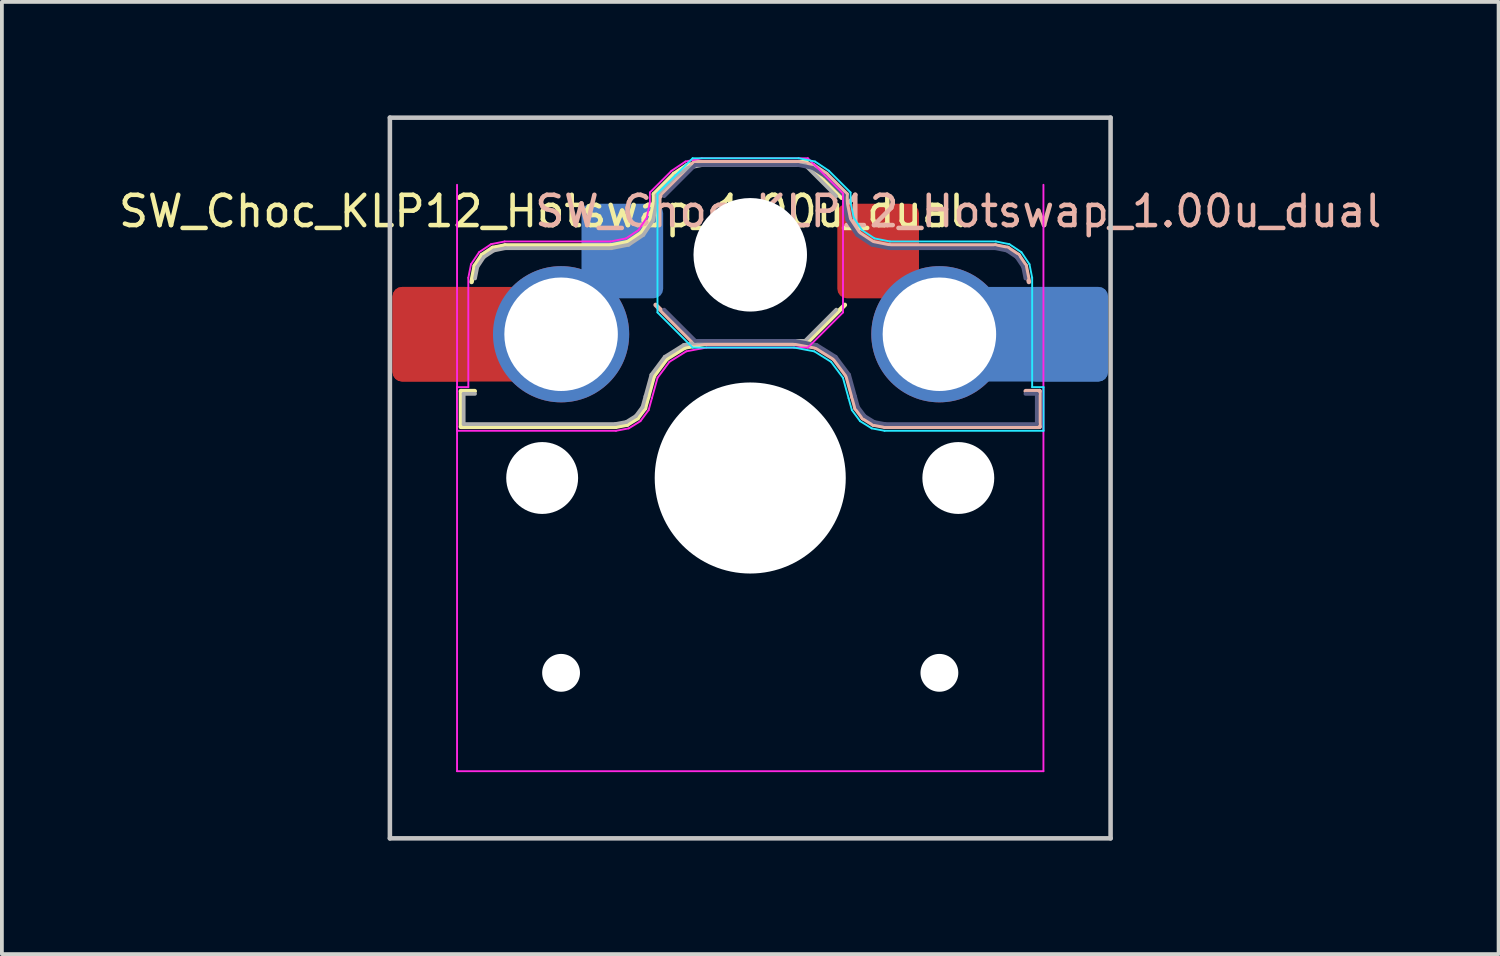
<source format=kicad_pcb>
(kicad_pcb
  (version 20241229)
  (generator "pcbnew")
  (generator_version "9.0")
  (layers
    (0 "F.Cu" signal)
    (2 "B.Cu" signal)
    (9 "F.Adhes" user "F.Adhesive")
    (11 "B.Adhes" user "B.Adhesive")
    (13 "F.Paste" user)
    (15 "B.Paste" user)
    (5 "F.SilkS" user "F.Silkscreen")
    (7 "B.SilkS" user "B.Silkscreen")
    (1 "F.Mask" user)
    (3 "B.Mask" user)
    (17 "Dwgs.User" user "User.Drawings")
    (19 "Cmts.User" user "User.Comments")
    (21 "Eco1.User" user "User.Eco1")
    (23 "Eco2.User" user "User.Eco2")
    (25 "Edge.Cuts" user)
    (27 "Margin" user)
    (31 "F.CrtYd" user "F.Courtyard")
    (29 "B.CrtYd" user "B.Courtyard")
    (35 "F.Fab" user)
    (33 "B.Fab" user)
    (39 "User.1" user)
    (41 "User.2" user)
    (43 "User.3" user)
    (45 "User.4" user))
  (footprint "SW_Choc_KLP12_Hotswap_1.00u_dual"
    (layer "F.Cu")
    (at 16.781 9.585)
    (property "Reference" "SW_Choc_KLP12_Hotswap_1.00u_dual" (at 5.5 -7.05 180) (layer "B.SilkS") (effects (font (size 0.8 0.8) (thickness 0.12))))
    (attr smd)
    (fp_line (start -7.646 -2.296) (end -7.646 -1.354) (stroke (width 0.12) (type solid)) (layer "F.SilkS"))
    (fp_line (start -7.646 -1.354) (end -3.56 -1.354) (stroke (width 0.12) (type solid)) (layer "F.SilkS"))
    (fp_line (start -7.283 -2.296) (end -7.646 -2.296) (stroke (width 0.12) (type solid)) (layer "F.SilkS"))
    (fp_line (start -7.281 -5.609) (end -7.366 -5.182) (stroke (width 0.12) (type solid)) (layer "F.SilkS"))
    (fp_line (start -7.092 -5.892) (end -7.281 -5.609) (stroke (width 0.12) (type solid)) (layer "F.SilkS"))
    (fp_line (start -6.809 -6.081) (end -7.092 -5.892) (stroke (width 0.12) (type solid)) (layer "F.SilkS"))
    (fp_line (start -6.482 -6.146) (end -6.809 -6.081) (stroke (width 0.12) (type solid)) (layer "F.SilkS"))
    (fp_line (start -3.682 -6.146) (end -6.482 -6.146) (stroke (width 0.12) (type solid)) (layer "F.SilkS"))
    (fp_line (start -3.56 -1.354) (end -3.25 -1.413) (stroke (width 0.12) (type solid)) (layer "F.SilkS"))
    (fp_line (start -3.25 -1.413) (end -2.976 -1.583) (stroke (width 0.12) (type solid)) (layer "F.SilkS"))
    (fp_line (start -3.244 -6.233) (end -3.682 -6.146) (stroke (width 0.12) (type solid)) (layer "F.SilkS"))
    (fp_line (start -2.976 -1.583) (end -2.783 -1.841) (stroke (width 0.12) (type solid)) (layer "F.SilkS"))
    (fp_line (start -2.877 -6.477) (end -3.244 -6.233) (stroke (width 0.12) (type solid)) (layer "F.SilkS"))
    (fp_line (start -2.783 -1.841) (end -2.701 -2.139) (stroke (width 0.12) (type solid)) (layer "F.SilkS"))
    (fp_line (start -2.701 -2.139) (end -2.547 -2.697) (stroke (width 0.12) (type solid)) (layer "F.SilkS"))
    (fp_line (start -2.633 -6.844) (end -2.877 -6.477) (stroke (width 0.12) (type solid)) (layer "F.SilkS"))
    (fp_line (start -2.547 -2.697) (end -2.209 -3.15) (stroke (width 0.12) (type solid)) (layer "F.SilkS"))
    (fp_line (start -2.546 -7.504) (end -2.546 -7.282) (stroke (width 0.12) (type solid)) (layer "F.SilkS"))
    (fp_line (start -2.546 -7.282) (end -2.633 -6.844) (stroke (width 0.12) (type solid)) (layer "F.SilkS"))
    (fp_line (start -2.209 -3.15) (end -1.73 -3.449) (stroke (width 0.12) (type solid)) (layer "F.SilkS"))
    (fp_line (start -2.013 -8.037) (end -2.546 -7.504) (stroke (width 0.12) (type solid)) (layer "F.SilkS"))
    (fp_line (start -1.73 -3.449) (end -1.168 -3.554) (stroke (width 0.12) (type solid)) (layer "F.SilkS"))
    (fp_line (start -1.671 -8.266) (end -2.013 -8.037) (stroke (width 0.12) (type solid)) (layer "F.SilkS"))
    (fp_line (start -1.268 -8.346) (end -1.671 -8.266) (stroke (width 0.12) (type solid)) (layer "F.SilkS"))
    (fp_line (start -1.168 -3.554) (end 1.479 -3.554) (stroke (width 0.12) (type solid)) (layer "F.SilkS"))
    (fp_line (start 1.479 -8.346) (end -1.268 -8.346) (stroke (width 0.12) (type solid)) (layer "F.SilkS"))
    (fp_line (start 1.479 -3.554) (end 2.5 -4.575) (stroke (width 0.12) (type solid)) (layer "F.SilkS"))
    (fp_line (start 2.416 -7.409) (end 1.479 -8.346) (stroke (width 0.12) (type solid)) (layer "F.SilkS"))
    (fp_line (start -2.416 -7.409) (end -1.479 -8.346) (stroke (width 0.12) (type solid)) (layer "B.SilkS"))
    (fp_line (start -1.479 -8.346) (end 1.268 -8.346) (stroke (width 0.12) (type solid)) (layer "B.SilkS"))
    (fp_line (start -1.479 -3.554) (end -2.5 -4.575) (stroke (width 0.12) (type solid)) (layer "B.SilkS"))
    (fp_line (start 1.168 -3.554) (end -1.479 -3.554) (stroke (width 0.12) (type solid)) (layer "B.SilkS"))
    (fp_line (start 1.268 -8.346) (end 1.671 -8.266) (stroke (width 0.12) (type solid)) (layer "B.SilkS"))
    (fp_line (start 1.671 -8.266) (end 2.013 -8.037) (stroke (width 0.12) (type solid)) (layer "B.SilkS"))
    (fp_line (start 1.73 -3.449) (end 1.168 -3.554) (stroke (width 0.12) (type solid)) (layer "B.SilkS"))
    (fp_line (start 2.013 -8.037) (end 2.546 -7.504) (stroke (width 0.12) (type solid)) (layer "B.SilkS"))
    (fp_line (start 2.209 -3.15) (end 1.73 -3.449) (stroke (width 0.12) (type solid)) (layer "B.SilkS"))
    (fp_line (start 2.546 -7.504) (end 2.546 -7.282) (stroke (width 0.12) (type solid)) (layer "B.SilkS"))
    (fp_line (start 2.546 -7.282) (end 2.633 -6.844) (stroke (width 0.12) (type solid)) (layer "B.SilkS"))
    (fp_line (start 2.547 -2.697) (end 2.209 -3.15) (stroke (width 0.12) (type solid)) (layer "B.SilkS"))
    (fp_line (start 2.633 -6.844) (end 2.877 -6.477) (stroke (width 0.12) (type solid)) (layer "B.SilkS"))
    (fp_line (start 2.701 -2.139) (end 2.547 -2.697) (stroke (width 0.12) (type solid)) (layer "B.SilkS"))
    (fp_line (start 2.783 -1.841) (end 2.701 -2.139) (stroke (width 0.12) (type solid)) (layer "B.SilkS"))
    (fp_line (start 2.877 -6.477) (end 3.244 -6.233) (stroke (width 0.12) (type solid)) (layer "B.SilkS"))
    (fp_line (start 2.976 -1.583) (end 2.783 -1.841) (stroke (width 0.12) (type solid)) (layer "B.SilkS"))
    (fp_line (start 3.244 -6.233) (end 3.682 -6.146) (stroke (width 0.12) (type solid)) (layer "B.SilkS"))
    (fp_line (start 3.25 -1.413) (end 2.976 -1.583) (stroke (width 0.12) (type solid)) (layer "B.SilkS"))
    (fp_line (start 3.56 -1.354) (end 3.25 -1.413) (stroke (width 0.12) (type solid)) (layer "B.SilkS"))
    (fp_line (start 3.682 -6.146) (end 6.482 -6.146) (stroke (width 0.12) (type solid)) (layer "B.SilkS"))
    (fp_line (start 6.482 -6.146) (end 6.809 -6.081) (stroke (width 0.12) (type solid)) (layer "B.SilkS"))
    (fp_line (start 6.809 -6.081) (end 7.092 -5.892) (stroke (width 0.12) (type solid)) (layer "B.SilkS"))
    (fp_line (start 7.092 -5.892) (end 7.281 -5.609) (stroke (width 0.12) (type solid)) (layer "B.SilkS"))
    (fp_line (start 7.281 -5.609) (end 7.366 -5.182) (stroke (width 0.12) (type solid)) (layer "B.SilkS"))
    (fp_line (start 7.283 -2.296) (end 7.646 -2.296) (stroke (width 0.12) (type solid)) (layer "B.SilkS"))
    (fp_line (start 7.646 -2.296) (end 7.646 -1.354) (stroke (width 0.12) (type solid)) (layer "B.SilkS"))
    (fp_line (start 7.646 -1.354) (end 3.56 -1.354) (stroke (width 0.12) (type solid)) (layer "B.SilkS"))
    (fp_line (start -9.525 -9.525) (end -9.525 9.525) (stroke (width 0.12) (type default)) (layer "Dwgs.User"))
    (fp_line (start -9.525 -9.525) (end 9.525 -9.525) (stroke (width 0.12) (type default)) (layer "Dwgs.User"))
    (fp_line (start 9.525 -9.525) (end 9.525 9.525) (stroke (width 0.12) (type default)) (layer "Dwgs.User"))
    (fp_line (start 9.525 9.525) (end -9.525 9.525) (stroke (width 0.12) (type default)) (layer "Dwgs.User"))
    (fp_line (start -2.452 -7.523) (end -1.523 -8.452) (stroke (width 0.05) (type solid)) (layer "B.CrtYd"))
    (fp_line (start -2.452 -4.377) (end -2.452 -7.523) (stroke (width 0.05) (type solid)) (layer "B.CrtYd"))
    (fp_line (start -1.523 -8.452) (end 1.278 -8.452) (stroke (width 0.05) (type solid)) (layer "B.CrtYd"))
    (fp_line (start -1.523 -3.448) (end -2.452 -4.377) (stroke (width 0.05) (type solid)) (layer "B.CrtYd"))
    (fp_line (start 1.159 -3.448) (end -1.523 -3.448) (stroke (width 0.05) (type solid)) (layer "B.CrtYd"))
    (fp_line (start 1.278 -8.452) (end 1.712 -8.366) (stroke (width 0.05) (type solid)) (layer "B.CrtYd"))
    (fp_line (start 1.691 -3.348) (end 1.159 -3.448) (stroke (width 0.05) (type solid)) (layer "B.CrtYd"))
    (fp_line (start 1.712 -8.366) (end 2.081 -8.119) (stroke (width 0.05) (type solid)) (layer "B.CrtYd"))
    (fp_line (start 2.081 -8.119) (end 2.652 -7.548) (stroke (width 0.05) (type solid)) (layer "B.CrtYd"))
    (fp_line (start 2.136 -3.071) (end 1.691 -3.348) (stroke (width 0.05) (type solid)) (layer "B.CrtYd"))
    (fp_line (start 2.45 -2.65) (end 2.136 -3.071) (stroke (width 0.05) (type solid)) (layer "B.CrtYd"))
    (fp_line (start 2.599 -2.111) (end 2.45 -2.65) (stroke (width 0.05) (type solid)) (layer "B.CrtYd"))
    (fp_line (start 2.652 -7.548) (end 2.652 -7.292) (stroke (width 0.05) (type solid)) (layer "B.CrtYd"))
    (fp_line (start 2.652 -7.292) (end 2.733 -6.885) (stroke (width 0.05) (type solid)) (layer "B.CrtYd"))
    (fp_line (start 2.687 -1.794) (end 2.599 -2.111) (stroke (width 0.05) (type solid)) (layer "B.CrtYd"))
    (fp_line (start 2.733 -6.885) (end 2.953 -6.553) (stroke (width 0.05) (type solid)) (layer "B.CrtYd"))
    (fp_line (start 2.903 -1.503) (end 2.687 -1.794) (stroke (width 0.05) (type solid)) (layer "B.CrtYd"))
    (fp_line (start 2.953 -6.553) (end 3.285 -6.333) (stroke (width 0.05) (type solid)) (layer "B.CrtYd"))
    (fp_line (start 3.211 -1.312) (end 2.903 -1.503) (stroke (width 0.05) (type solid)) (layer "B.CrtYd"))
    (fp_line (start 3.285 -6.333) (end 3.692 -6.252) (stroke (width 0.05) (type solid)) (layer "B.CrtYd"))
    (fp_line (start 3.55 -1.248) (end 3.211 -1.312) (stroke (width 0.05) (type solid)) (layer "B.CrtYd"))
    (fp_line (start 3.692 -6.252) (end 6.492 -6.252) (stroke (width 0.05) (type solid)) (layer "B.CrtYd"))
    (fp_line (start 6.492 -6.252) (end 6.85 -6.181) (stroke (width 0.05) (type solid)) (layer "B.CrtYd"))
    (fp_line (start 6.85 -6.181) (end 7.168 -5.968) (stroke (width 0.05) (type solid)) (layer "B.CrtYd"))
    (fp_line (start 7.168 -5.968) (end 7.381 -5.65) (stroke (width 0.05) (type solid)) (layer "B.CrtYd"))
    (fp_line (start 7.381 -5.65) (end 7.452 -5.292) (stroke (width 0.05) (type solid)) (layer "B.CrtYd"))
    (fp_line (start 7.452 -5.292) (end 7.452 -2.402) (stroke (width 0.05) (type solid)) (layer "B.CrtYd"))
    (fp_line (start 7.452 -2.402) (end 7.752 -2.402) (stroke (width 0.05) (type solid)) (layer "B.CrtYd"))
    (fp_line (start 7.752 -2.402) (end 7.752 -1.248) (stroke (width 0.05) (type solid)) (layer "B.CrtYd"))
    (fp_line (start 7.752 -1.248) (end 3.55 -1.248) (stroke (width 0.05) (type solid)) (layer "B.CrtYd"))
    (fp_line (start -7.752 -2.402) (end -7.752 -1.248) (stroke (width 0.05) (type solid)) (layer "F.CrtYd"))
    (fp_line (start -7.752 -1.248) (end -3.55 -1.248) (stroke (width 0.05) (type solid)) (layer "F.CrtYd"))
    (fp_line (start -7.75 7.75) (end -7.75 -7.75) (stroke (width 0.05) (type solid)) (layer "F.CrtYd"))
    (fp_line (start -7.452 -5.292) (end -7.452 -2.402) (stroke (width 0.05) (type solid)) (layer "F.CrtYd"))
    (fp_line (start -7.452 -2.402) (end -7.752 -2.402) (stroke (width 0.05) (type solid)) (layer "F.CrtYd"))
    (fp_line (start -7.381 -5.65) (end -7.452 -5.292) (stroke (width 0.05) (type solid)) (layer "F.CrtYd"))
    (fp_line (start -7.168 -5.968) (end -7.381 -5.65) (stroke (width 0.05) (type solid)) (layer "F.CrtYd"))
    (fp_line (start -6.85 -6.181) (end -7.168 -5.968) (stroke (width 0.05) (type solid)) (layer "F.CrtYd"))
    (fp_line (start -6.492 -6.252) (end -6.85 -6.181) (stroke (width 0.05) (type solid)) (layer "F.CrtYd"))
    (fp_line (start -3.692 -6.252) (end -6.492 -6.252) (stroke (width 0.05) (type solid)) (layer "F.CrtYd"))
    (fp_line (start -3.55 -1.248) (end -3.211 -1.312) (stroke (width 0.05) (type solid)) (layer "F.CrtYd"))
    (fp_line (start -3.285 -6.333) (end -3.692 -6.252) (stroke (width 0.05) (type solid)) (layer "F.CrtYd"))
    (fp_line (start -3.211 -1.312) (end -2.903 -1.503) (stroke (width 0.05) (type solid)) (layer "F.CrtYd"))
    (fp_line (start -2.953 -6.553) (end -3.285 -6.333) (stroke (width 0.05) (type solid)) (layer "F.CrtYd"))
    (fp_line (start -2.903 -1.503) (end -2.687 -1.794) (stroke (width 0.05) (type solid)) (layer "F.CrtYd"))
    (fp_line (start -2.733 -6.885) (end -2.953 -6.553) (stroke (width 0.05) (type solid)) (layer "F.CrtYd"))
    (fp_line (start -2.687 -1.794) (end -2.599 -2.111) (stroke (width 0.05) (type solid)) (layer "F.CrtYd"))
    (fp_line (start -2.652 -7.548) (end -2.652 -7.292) (stroke (width 0.05) (type solid)) (layer "F.CrtYd"))
    (fp_line (start -2.652 -7.292) (end -2.733 -6.885) (stroke (width 0.05) (type solid)) (layer "F.CrtYd"))
    (fp_line (start -2.599 -2.111) (end -2.45 -2.65) (stroke (width 0.05) (type solid)) (layer "F.CrtYd"))
    (fp_line (start -2.45 -2.65) (end -2.136 -3.071) (stroke (width 0.05) (type solid)) (layer "F.CrtYd"))
    (fp_line (start -2.136 -3.071) (end -1.691 -3.348) (stroke (width 0.05) (type solid)) (layer "F.CrtYd"))
    (fp_line (start -2.081 -8.119) (end -2.652 -7.548) (stroke (width 0.05) (type solid)) (layer "F.CrtYd"))
    (fp_line (start -1.712 -8.366) (end -2.081 -8.119) (stroke (width 0.05) (type solid)) (layer "F.CrtYd"))
    (fp_line (start -1.691 -3.348) (end -1.159 -3.448) (stroke (width 0.05) (type solid)) (layer "F.CrtYd"))
    (fp_line (start -1.278 -8.452) (end -1.712 -8.366) (stroke (width 0.05) (type solid)) (layer "F.CrtYd"))
    (fp_line (start -1.159 -3.448) (end 1.523 -3.448) (stroke (width 0.05) (type solid)) (layer "F.CrtYd"))
    (fp_line (start 1.523 -8.452) (end -1.278 -8.452) (stroke (width 0.05) (type solid)) (layer "F.CrtYd"))
    (fp_line (start 1.523 -3.448) (end 2.452 -4.377) (stroke (width 0.05) (type solid)) (layer "F.CrtYd"))
    (fp_line (start 2.452 -7.523) (end 1.523 -8.452) (stroke (width 0.05) (type solid)) (layer "F.CrtYd"))
    (fp_line (start 2.452 -4.377) (end 2.452 -7.523) (stroke (width 0.05) (type solid)) (layer "F.CrtYd"))
    (fp_line (start 7.75 -7.75) (end 7.75 7.75) (stroke (width 0.05) (type solid)) (layer "F.CrtYd"))
    (fp_line (start 7.75 7.75) (end -7.75 7.75) (stroke (width 0.05) (type solid)) (layer "F.CrtYd"))
    (fp_line (start -2.275 -7.45) (end -1.45 -8.275) (stroke (width 0.1) (type solid)) (layer "B.Fab"))
    (fp_line (start -1.45 -8.275) (end 1.261 -8.275) (stroke (width 0.1) (type solid)) (layer "B.Fab"))
    (fp_line (start -1.45 -3.625) (end -2.275 -4.45) (stroke (width 0.1) (type solid)) (layer "B.Fab"))
    (fp_line (start 1.175 -3.625) (end -1.45 -3.625) (stroke (width 0.1) (type solid)) (layer "B.Fab"))
    (fp_line (start 1.261 -8.275) (end 1.643 -8.199) (stroke (width 0.1) (type solid)) (layer "B.Fab"))
    (fp_line (start 1.643 -8.199) (end 1.968 -7.982) (stroke (width 0.1) (type solid)) (layer "B.Fab"))
    (fp_line (start 1.756 -3.516) (end 1.175 -3.625) (stroke (width 0.1) (type solid)) (layer "B.Fab"))
    (fp_line (start 1.968 -7.982) (end 2.475 -7.475) (stroke (width 0.1) (type solid)) (layer "B.Fab"))
    (fp_line (start 2.258 -3.203) (end 1.756 -3.516) (stroke (width 0.1) (type solid)) (layer "B.Fab"))
    (fp_line (start 2.475 -7.475) (end 2.475 -7.275) (stroke (width 0.1) (type solid)) (layer "B.Fab"))
    (fp_line (start 2.475 -7.275) (end 2.566 -6.816) (stroke (width 0.1) (type solid)) (layer "B.Fab"))
    (fp_line (start 2.566 -6.816) (end 2.826 -6.426) (stroke (width 0.1) (type solid)) (layer "B.Fab"))
    (fp_line (start 2.612 -2.729) (end 2.258 -3.203) (stroke (width 0.1) (type solid)) (layer "B.Fab"))
    (fp_line (start 2.769 -2.158) (end 2.612 -2.729) (stroke (width 0.1) (type solid)) (layer "B.Fab"))
    (fp_line (start 2.826 -6.426) (end 3.216 -6.166) (stroke (width 0.1) (type solid)) (layer "B.Fab"))
    (fp_line (start 2.848 -1.873) (end 2.769 -2.158) (stroke (width 0.1) (type solid)) (layer "B.Fab"))
    (fp_line (start 3.025 -1.636) (end 2.848 -1.873) (stroke (width 0.1) (type solid)) (layer "B.Fab"))
    (fp_line (start 3.216 -6.166) (end 3.675 -6.075) (stroke (width 0.1) (type solid)) (layer "B.Fab"))
    (fp_line (start 3.276 -1.48) (end 3.025 -1.636) (stroke (width 0.1) (type solid)) (layer "B.Fab"))
    (fp_line (start 3.567 -1.425) (end 3.276 -1.48) (stroke (width 0.1) (type solid)) (layer "B.Fab"))
    (fp_line (start 3.675 -6.075) (end 6.475 -6.075) (stroke (width 0.1) (type solid)) (layer "B.Fab"))
    (fp_line (start 6.475 -6.075) (end 6.781 -6.014) (stroke (width 0.1) (type solid)) (layer "B.Fab"))
    (fp_line (start 6.781 -6.014) (end 7.041 -5.841) (stroke (width 0.1) (type solid)) (layer "B.Fab"))
    (fp_line (start 7.041 -5.841) (end 7.214 -5.581) (stroke (width 0.1) (type solid)) (layer "B.Fab"))
    (fp_line (start 7.214 -5.581) (end 7.275 -5.275) (stroke (width 0.1) (type solid)) (layer "B.Fab"))
    (fp_line (start 7.275 -2.225) (end 7.575 -2.225) (stroke (width 0.1) (type solid)) (layer "B.Fab"))
    (fp_line (start 7.575 -2.225) (end 7.575 -1.425) (stroke (width 0.1) (type solid)) (layer "B.Fab"))
    (fp_line (start 7.575 -1.425) (end 3.567 -1.425) (stroke (width 0.1) (type solid)) (layer "B.Fab"))
    (fp_line (start -7.575 -2.225) (end -7.575 -1.425) (stroke (width 0.1) (type solid)) (layer "F.Fab"))
    (fp_line (start -7.575 -1.425) (end -3.567 -1.425) (stroke (width 0.1) (type solid)) (layer "F.Fab"))
    (fp_line (start -7.275 -2.225) (end -7.575 -2.225) (stroke (width 0.1) (type solid)) (layer "F.Fab"))
    (fp_line (start -7.214 -5.581) (end -7.275 -5.275) (stroke (width 0.1) (type solid)) (layer "F.Fab"))
    (fp_line (start -7.041 -5.841) (end -7.214 -5.581) (stroke (width 0.1) (type solid)) (layer "F.Fab"))
    (fp_line (start -6.781 -6.014) (end -7.041 -5.841) (stroke (width 0.1) (type solid)) (layer "F.Fab"))
    (fp_line (start -6.475 -6.075) (end -6.781 -6.014) (stroke (width 0.1) (type solid)) (layer "F.Fab"))
    (fp_line (start -3.675 -6.075) (end -6.475 -6.075) (stroke (width 0.1) (type solid)) (layer "F.Fab"))
    (fp_line (start -3.567 -1.425) (end -3.276 -1.48) (stroke (width 0.1) (type solid)) (layer "F.Fab"))
    (fp_line (start -3.276 -1.48) (end -3.025 -1.636) (stroke (width 0.1) (type solid)) (layer "F.Fab"))
    (fp_line (start -3.216 -6.166) (end -3.675 -6.075) (stroke (width 0.1) (type solid)) (layer "F.Fab"))
    (fp_line (start -3.025 -1.636) (end -2.848 -1.873) (stroke (width 0.1) (type solid)) (layer "F.Fab"))
    (fp_line (start -2.848 -1.873) (end -2.769 -2.158) (stroke (width 0.1) (type solid)) (layer "F.Fab"))
    (fp_line (start -2.826 -6.426) (end -3.216 -6.166) (stroke (width 0.1) (type solid)) (layer "F.Fab"))
    (fp_line (start -2.769 -2.158) (end -2.612 -2.729) (stroke (width 0.1) (type solid)) (layer "F.Fab"))
    (fp_line (start -2.612 -2.729) (end -2.258 -3.203) (stroke (width 0.1) (type solid)) (layer "F.Fab"))
    (fp_line (start -2.566 -6.816) (end -2.826 -6.426) (stroke (width 0.1) (type solid)) (layer "F.Fab"))
    (fp_line (start -2.475 -7.475) (end -2.475 -7.275) (stroke (width 0.1) (type solid)) (layer "F.Fab"))
    (fp_line (start -2.475 -7.275) (end -2.566 -6.816) (stroke (width 0.1) (type solid)) (layer "F.Fab"))
    (fp_line (start -2.258 -3.203) (end -1.756 -3.516) (stroke (width 0.1) (type solid)) (layer "F.Fab"))
    (fp_line (start -1.968 -7.982) (end -2.475 -7.475) (stroke (width 0.1) (type solid)) (layer "F.Fab"))
    (fp_line (start -1.756 -3.516) (end -1.175 -3.625) (stroke (width 0.1) (type solid)) (layer "F.Fab"))
    (fp_line (start -1.643 -8.199) (end -1.968 -7.982) (stroke (width 0.1) (type solid)) (layer "F.Fab"))
    (fp_line (start -1.261 -8.275) (end -1.643 -8.199) (stroke (width 0.1) (type solid)) (layer "F.Fab"))
    (fp_line (start -1.175 -3.625) (end 1.45 -3.625) (stroke (width 0.1) (type solid)) (layer "F.Fab"))
    (fp_line (start 1.45 -8.275) (end -1.261 -8.275) (stroke (width 0.1) (type solid)) (layer "F.Fab"))
    (fp_line (start 1.45 -3.625) (end 2.275 -4.45) (stroke (width 0.1) (type solid)) (layer "F.Fab"))
    (fp_line (start 2.275 -7.45) (end 1.45 -8.275) (stroke (width 0.1) (type solid)) (layer "F.Fab"))
    (fp_rect (start -7.05 -7.05) (end 7.05 7.05) (stroke (width 0.12) (type default)) (fill no) (layer "User.1"))
    (fp_text user "${REFERENCE}" (at -5.5 -7.05 0) (layer "F.SilkS") (effects (font (size 0.8 0.8) (thickness 0.12))))
    (pad "" np_thru_hole circle (at -5.5 0) (size 1.9 1.9) (drill 1.9) (layers "*.Cu" "*.Mask"))
    (pad "" np_thru_hole circle (at -5 5.15) (size 1 1) (drill 1) (layers "*.Cu" "*.Mask"))
    (pad "" np_thru_hole circle (at 0 -5.9) (size 3 3) (drill 3) (layers "*.Cu" "*.Mask"))
    (pad "" np_thru_hole circle (at 0 0) (size 5.05 5.05) (drill 5.05) (layers "*.Cu" "*.Mask"))
    (pad "" np_thru_hole circle (at 5 5.15) (size 1 1) (drill 1) (layers "*.Cu" "*.Mask"))
    (pad "" np_thru_hole circle (at 5.5 0) (size 1.9 1.9) (drill 1.9) (layers "*.Cu" "*.Mask"))
    (pad "1" smd roundrect (at 3.381 -6) (size 2.159 2.5) (layers "F.Cu" "F.Mask" "F.Paste") (roundrect_rratio 0.116))
    (pad "1" thru_hole circle (at 5 -3.8) (size 3.6 3.6) (drill 3) (layers "*.Cu" "*.Mask"))
    (pad "1" smd roundrect (at 7.53 -3.8) (size 3.85 2.5) (layers "B.Cu") (roundrect_rratio 0.1))
    (pad "1" smd roundrect (at 8.376 -3.8) (size 2.159 2.5) (layers "B.Cu" "B.Mask" "B.Paste") (roundrect_rratio 0.116))
    (pad "2" smd roundrect (at -8.376 -3.8) (size 2.159 2.5) (layers "F.Cu" "F.Mask" "F.Paste") (roundrect_rratio 0.116))
    (pad "2" smd roundrect (at -7.53 -3.8) (size 3.85 2.5) (layers "F.Cu") (roundrect_rratio 0.1))
    (pad "2" thru_hole circle (at -5 -3.8) (size 3.6 3.6) (drill 3) (layers "*.Cu" "*.Mask"))
    (pad "2" smd roundrect (at -3.381 -6) (size 2.159 2.5) (layers "B.Cu" "B.Mask" "B.Paste") (roundrect_rratio 0.116)))
  (gr_rect
    (start -3 -3)
    (end 36.562 22.17)
    (stroke (width 0.1) (type default))
    (fill no)
    (layer "Edge.Cuts")))
</source>
